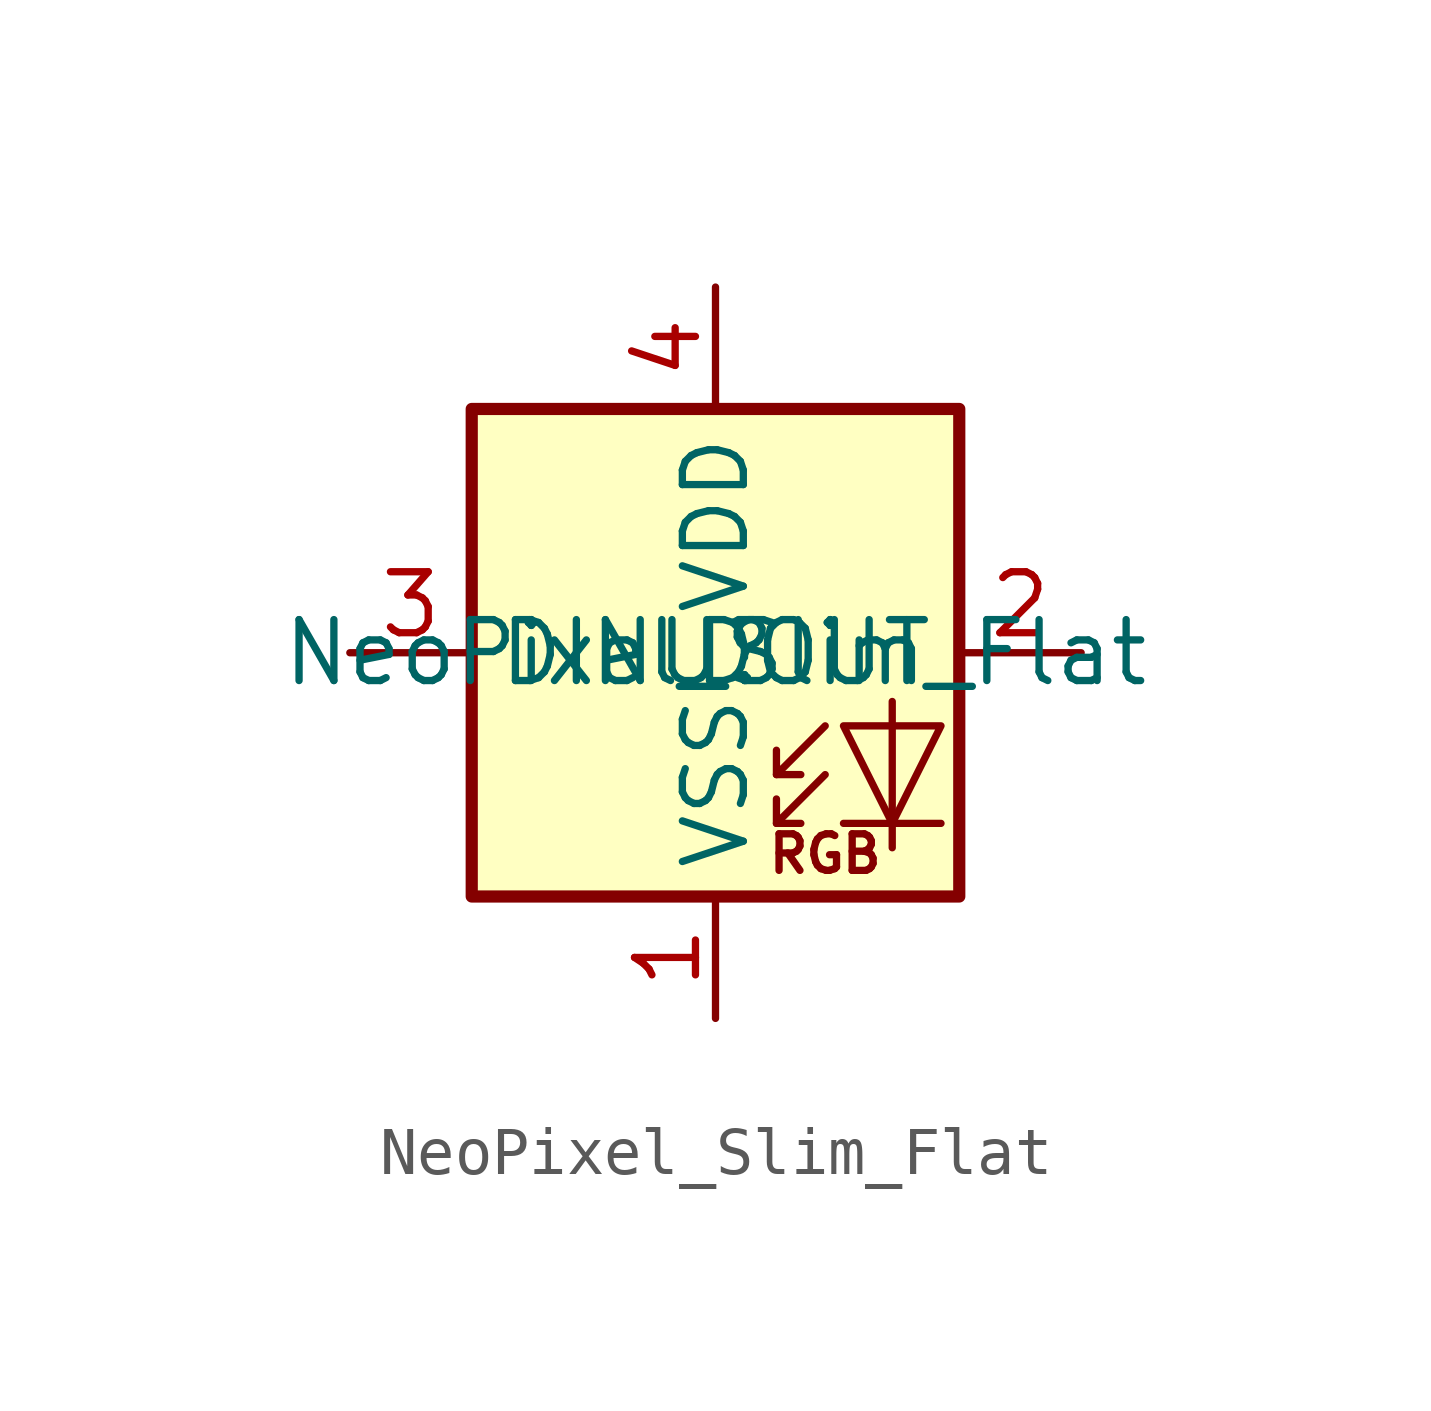
<source format=kicad_sym>
(kicad_symbol_lib
  (version 20220914)
  (generator kicad_symbol_editor)
  (symbol "NeoPixel_Slim_Flat"
    (property "Reference" "U"
      (at 0 0 0)
      (effects (font (size 1.27 1.27))))
    (property "Value" "NeoPixel_Slim_Flat"
      (at 0 0 0)
      (effects (font (size 1.27 1.27))))
    (symbol "NeoPixel_Slim_Flat_0_0"
      (text "RGB" (at 2.286 -4.191 0) (effects (font (size 0.762 0.762)))))
    (symbol "NeoPixel_Slim_Flat_0_1"
      (polyline (pts (xy 1.27 -3.556) (xy 1.778 -3.556)) (stroke (width 0) (type default)) (fill (type none)))
      (polyline (pts (xy 1.27 -2.54) (xy 1.778 -2.54)) (stroke (width 0) (type default)) (fill (type none)))
      (polyline (pts (xy 4.699 -3.556) (xy 2.667 -3.556)) (stroke (width 0) (type default)) (fill (type none)))
      (polyline (pts (xy 2.286 -2.54) (xy 1.27 -3.556) (xy 1.27 -3.048)) (stroke (width 0) (type default)) (fill (type none)))
      (polyline (pts (xy 2.286 -1.524) (xy 1.27 -2.54) (xy 1.27 -2.032)) (stroke (width 0) (type default)) (fill (type none)))
      (polyline (pts (xy 3.683 -1.016) (xy 3.683 -3.556) (xy 3.683 -4.064)) (stroke (width 0) (type default)) (fill (type none)))
      (polyline (pts (xy 4.699 -1.524) (xy 2.667 -1.524) (xy 3.683 -3.556) (xy 4.699 -1.524)) (stroke (width 0) (type default)) (fill (type none)))
      (rectangle (start 5.08 5.08) (end -5.08 -5.08) (stroke (width 0.254) (type default)) (fill (type background))))
    (symbol "NeoPixel_Slim_Flat_1_1"
      (pin power_in line (at 0 -7.62 90) (length 2.54) (name "VSS" (effects (font (size 1.27 1.27)))) (number "1" (effects (font (size 1.27 1.27)))))
      (pin output line (at 7.62 0 180) (length 2.54) (name "DOUT" (effects (font (size 1.27 1.27)))) (number "2" (effects (font (size 1.27 1.27)))))
      (pin input line (at -7.62 0 0) (length 2.54) (name "DIN" (effects (font (size 1.27 1.27)))) (number "3" (effects (font (size 1.27 1.27)))))
      (pin power_in line (at 0 7.62 270) (length 2.54) (name "VDD" (effects (font (size 1.27 1.27)))) (number "4" (effects (font (size 1.27 1.27))))))))
</source>
